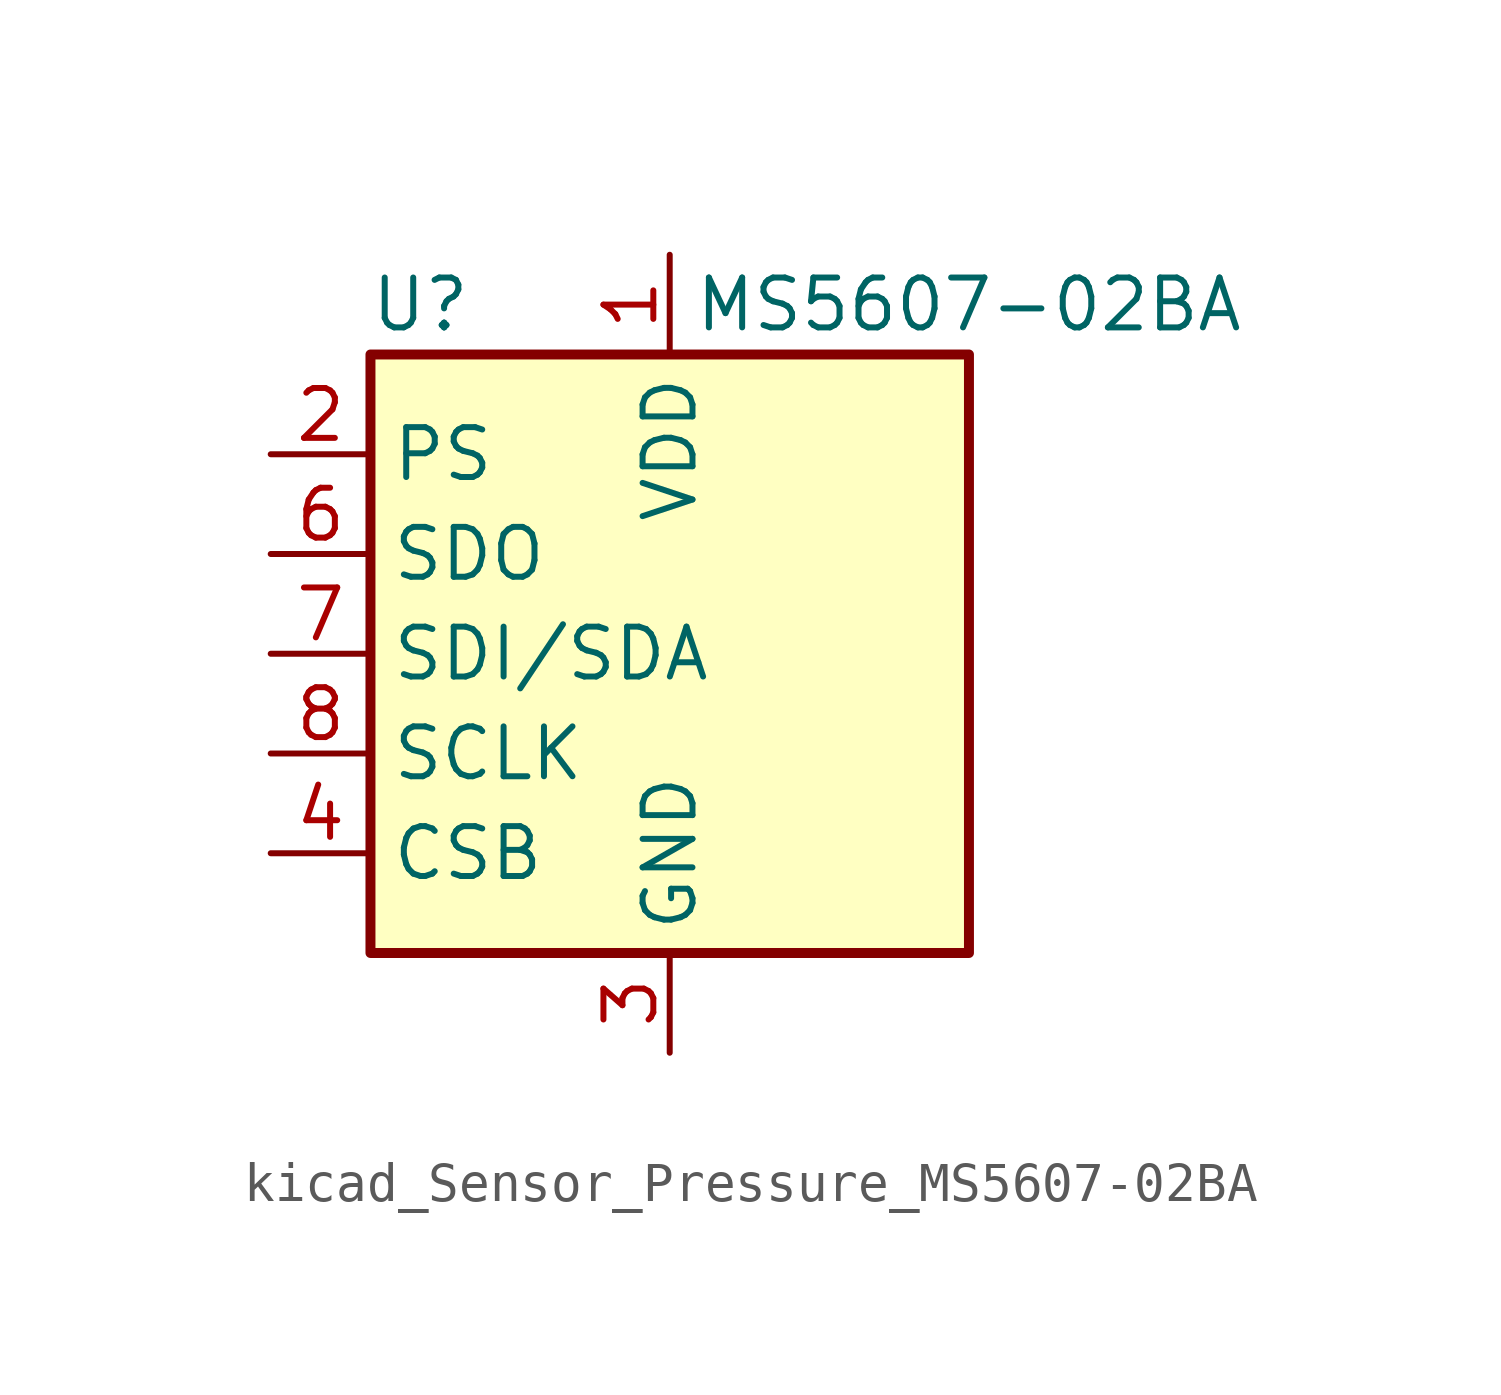
<source format=kicad_sym>
(kicad_symbol_lib
  (version 20220914)
  (generator kicad_symbol_editor)
  (symbol "kicad_Sensor_Pressure_MS5607-02BA"
    (property "Reference" "U"
      (at -6.35 8.89 0)
      (effects (font (size 1.27 1.27))))
    (property "Value" "MS5607-02BA"
      (at 7.62 8.89 0)
      (effects (font (size 1.27 1.27))))
    (symbol "kicad_Sensor_Pressure_MS5607-02BA_0_1"
      (rectangle (start -7.62 7.62) (end 7.62 -7.62) (stroke (width 0.254) (type default)) (fill (type background))))
    (symbol "kicad_Sensor_Pressure_MS5607-02BA_1_1"
      (pin power_in line (at 0 10.16 270) (length 2.54) (name "VDD" (effects (font (size 1.27 1.27)))) (number "1" (effects (font (size 1.27 1.27)))))
      (pin input line (at -10.16 5.08 0) (length 2.54) (name "PS" (effects (font (size 1.27 1.27)))) (number "2" (effects (font (size 1.27 1.27)))))
      (pin power_in line (at 0 -10.16 90) (length 2.54) (name "GND" (effects (font (size 1.27 1.27)))) (number "3" (effects (font (size 1.27 1.27)))))
      (pin input line (at -10.16 -5.08 0) (length 2.54) (name "CSB" (effects (font (size 1.27 1.27)))) (number "4" (effects (font (size 1.27 1.27)))))
      (pin input line (at -10.16 -5.08 0) (length 2.54) hide (name "CSB" (effects (font (size 1.27 1.27)))) (number "5" (effects (font (size 1.27 1.27)))))
      (pin output line (at -10.16 2.54 0) (length 2.54) (name "SDO" (effects (font (size 1.27 1.27)))) (number "6" (effects (font (size 1.27 1.27)))))
      (pin bidirectional line (at -10.16 0 0) (length 2.54) (name "SDI/SDA" (effects (font (size 1.27 1.27)))) (number "7" (effects (font (size 1.27 1.27)))))
      (pin input line (at -10.16 -2.54 0) (length 2.54) (name "SCLK" (effects (font (size 1.27 1.27)))) (number "8" (effects (font (size 1.27 1.27))))))))
</source>
